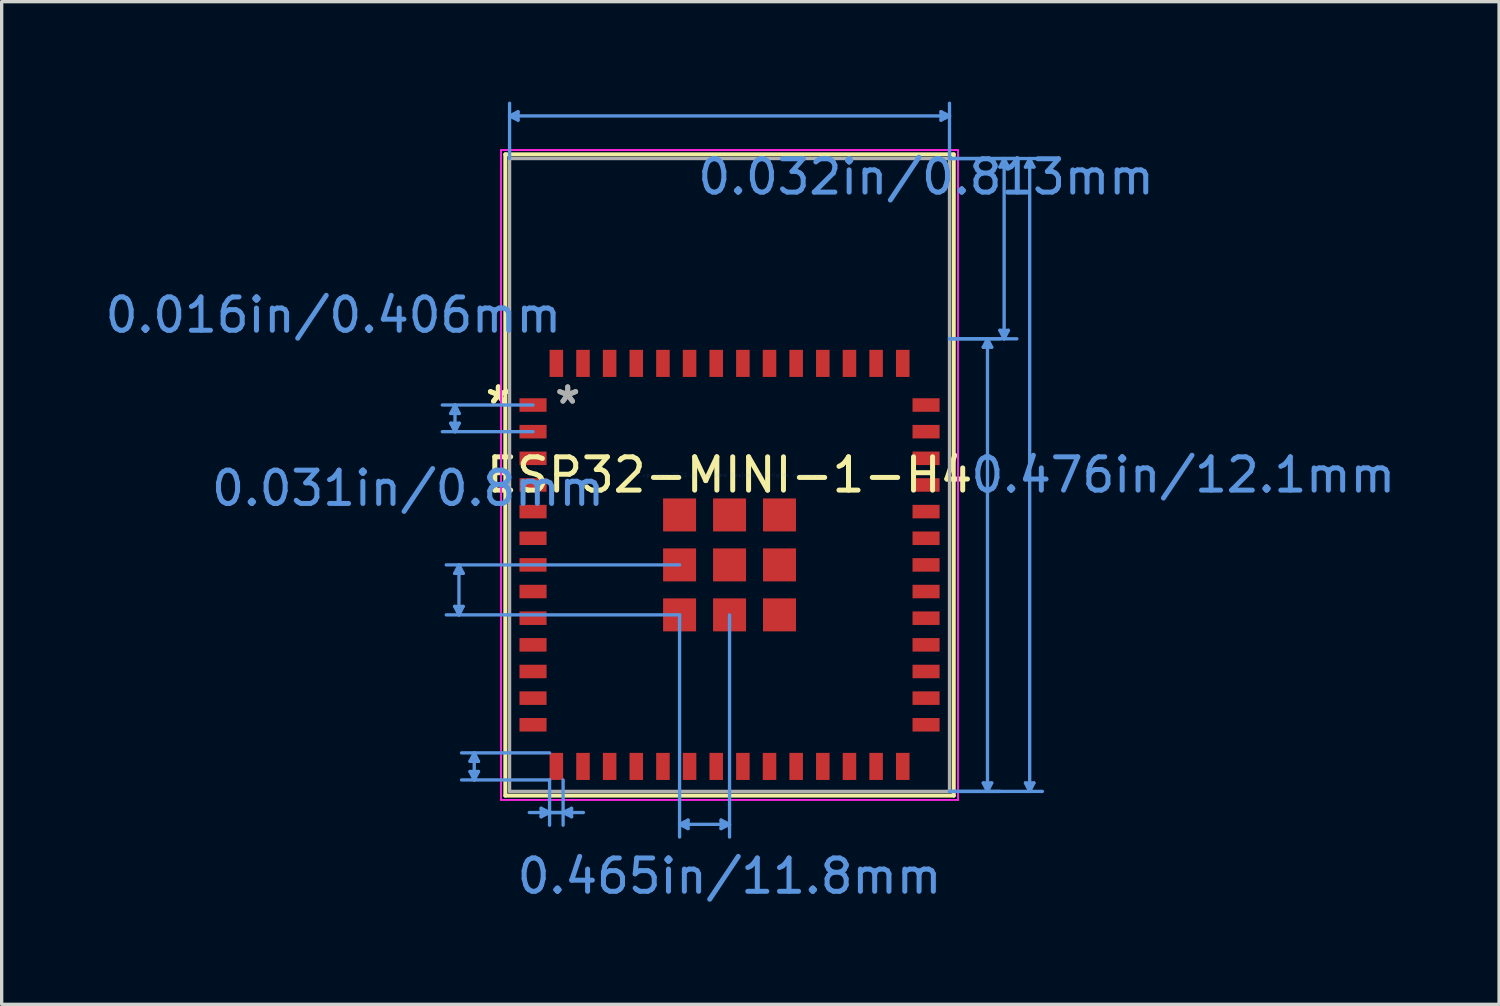
<source format=kicad_pcb>
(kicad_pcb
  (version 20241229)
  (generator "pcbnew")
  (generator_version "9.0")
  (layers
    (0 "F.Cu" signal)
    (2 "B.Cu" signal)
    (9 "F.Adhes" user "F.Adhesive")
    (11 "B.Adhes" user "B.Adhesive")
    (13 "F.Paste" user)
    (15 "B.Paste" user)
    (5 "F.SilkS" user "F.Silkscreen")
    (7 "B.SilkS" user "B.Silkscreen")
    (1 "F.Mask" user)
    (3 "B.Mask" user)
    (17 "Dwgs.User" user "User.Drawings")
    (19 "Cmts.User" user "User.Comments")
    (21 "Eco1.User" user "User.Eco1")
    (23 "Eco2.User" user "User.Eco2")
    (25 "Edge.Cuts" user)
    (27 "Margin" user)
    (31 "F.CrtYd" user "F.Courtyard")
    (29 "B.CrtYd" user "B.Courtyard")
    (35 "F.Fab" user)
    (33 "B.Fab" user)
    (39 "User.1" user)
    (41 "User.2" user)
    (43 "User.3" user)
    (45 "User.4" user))
  (footprint "ESP32-MINI-1-H4"
    (layer "F.Cu")
    (at 18.853 11.21)
    (property "Reference" "ESP32-MINI-1-H4" (at 0 0 0) (layer "F.SilkS") (effects (font (size 1 1) (thickness 0.15))))
    (attr through_hole)
    (fp_line (start -6.731 -9.627) (end 6.731 -9.627) (stroke (width 0.12) (type solid)) (layer "F.SilkS"))
    (fp_line (start -6.731 9.627) (end -6.731 -9.627) (stroke (width 0.12) (type solid)) (layer "F.SilkS"))
    (fp_line (start 6.731 -9.627) (end 6.731 9.627) (stroke (width 0.12) (type solid)) (layer "F.SilkS"))
    (fp_line (start 6.731 9.627) (end -6.731 9.627) (stroke (width 0.12) (type solid)) (layer "F.SilkS"))
    (fp_line (start -8.37 -1.554) (end -8.243 -1.3) (stroke (width 0.1) (type solid)) (layer "Cmts.User"))
    (fp_line (start -8.37 -1.846) (end -8.243 -2.1) (stroke (width 0.1) (type solid)) (layer "Cmts.User"))
    (fp_line (start -8.37 -1.846) (end -8.116 -1.846) (stroke (width 0.1) (type solid)) (layer "Cmts.User"))
    (fp_line (start -8.251 3.946) (end -8.124 4.2) (stroke (width 0.1) (type solid)) (layer "Cmts.User"))
    (fp_line (start -8.251 2.954) (end -8.124 2.7) (stroke (width 0.1) (type solid)) (layer "Cmts.User"))
    (fp_line (start -8.251 2.954) (end -7.997 2.954) (stroke (width 0.1) (type solid)) (layer "Cmts.User"))
    (fp_line (start -8.243 -2.1) (end -8.243 -1.3) (stroke (width 0.1) (type solid)) (layer "Cmts.User"))
    (fp_line (start -8.124 2.7) (end -8.124 4.2) (stroke (width 0.1) (type solid)) (layer "Cmts.User"))
    (fp_line (start -8.116 -1.554) (end -8.37 -1.554) (stroke (width 0.1) (type solid)) (layer "Cmts.User"))
    (fp_line (start -8.116 -1.554) (end -8.243 -1.3) (stroke (width 0.1) (type solid)) (layer "Cmts.User"))
    (fp_line (start -8.116 -1.846) (end -8.243 -2.1) (stroke (width 0.1) (type solid)) (layer "Cmts.User"))
    (fp_line (start -7.997 3.946) (end -8.251 3.946) (stroke (width 0.1) (type solid)) (layer "Cmts.User"))
    (fp_line (start -7.997 3.946) (end -8.124 4.2) (stroke (width 0.1) (type solid)) (layer "Cmts.User"))
    (fp_line (start -7.997 2.954) (end -8.124 2.7) (stroke (width 0.1) (type solid)) (layer "Cmts.User"))
    (fp_line (start -7.792 8.598) (end -7.665 8.344) (stroke (width 0.1) (type solid)) (layer "Cmts.User"))
    (fp_line (start -7.792 8.598) (end -7.538 8.598) (stroke (width 0.1) (type solid)) (layer "Cmts.User"))
    (fp_line (start -7.792 8.902) (end -7.665 9.156) (stroke (width 0.1) (type solid)) (layer "Cmts.User"))
    (fp_line (start -7.665 8.344) (end -7.665 9.156) (stroke (width 0.1) (type solid)) (layer "Cmts.User"))
    (fp_line (start -7.538 8.902) (end -7.792 8.902) (stroke (width 0.1) (type solid)) (layer "Cmts.User"))
    (fp_line (start -7.538 8.902) (end -7.665 9.156) (stroke (width 0.1) (type solid)) (layer "Cmts.User"))
    (fp_line (start -7.538 8.598) (end -7.665 8.344) (stroke (width 0.1) (type solid)) (layer "Cmts.User"))
    (fp_line (start -6.604 -10.779) (end 6.604 -10.779) (stroke (width 0.1) (type solid)) (layer "Cmts.User"))
    (fp_line (start -6.604 -9.5) (end -6.604 -11.16) (stroke (width 0.1) (type solid)) (layer "Cmts.User"))
    (fp_line (start -6.35 -10.906) (end -6.604 -10.779) (stroke (width 0.1) (type solid)) (layer "Cmts.User"))
    (fp_line (start -6.35 -10.652) (end -6.604 -10.779) (stroke (width 0.1) (type solid)) (layer "Cmts.User"))
    (fp_line (start -6.35 -10.652) (end -6.35 -10.906) (stroke (width 0.1) (type solid)) (layer "Cmts.User"))
    (fp_line (start -6.013 10.134) (end -4.997 10.134) (stroke (width 0.1) (type solid)) (layer "Cmts.User"))
    (fp_line (start -5.9 -2.1) (end -8.624 -2.1) (stroke (width 0.1) (type solid)) (layer "Cmts.User"))
    (fp_line (start -5.9 -1.3) (end -8.624 -1.3) (stroke (width 0.1) (type solid)) (layer "Cmts.User"))
    (fp_line (start -5.657 10.007) (end -5.657 10.261) (stroke (width 0.1) (type solid)) (layer "Cmts.User"))
    (fp_line (start -5.657 10.007) (end -5.403 10.134) (stroke (width 0.1) (type solid)) (layer "Cmts.User"))
    (fp_line (start -5.657 10.261) (end -5.403 10.134) (stroke (width 0.1) (type solid)) (layer "Cmts.User"))
    (fp_line (start -5.403 8.344) (end -8.046 8.344) (stroke (width 0.1) (type solid)) (layer "Cmts.User"))
    (fp_line (start -5.403 9.156) (end -8.046 9.156) (stroke (width 0.1) (type solid)) (layer "Cmts.User"))
    (fp_line (start -5.403 9.156) (end -5.403 10.515) (stroke (width 0.1) (type solid)) (layer "Cmts.User"))
    (fp_line (start -4.997 9.156) (end -4.997 10.515) (stroke (width 0.1) (type solid)) (layer "Cmts.User"))
    (fp_line (start -4.743 10.261) (end -4.997 10.134) (stroke (width 0.1) (type solid)) (layer "Cmts.User"))
    (fp_line (start -4.743 10.261) (end -4.743 10.007) (stroke (width 0.1) (type solid)) (layer "Cmts.User"))
    (fp_line (start -4.743 10.007) (end -4.997 10.134) (stroke (width 0.1) (type solid)) (layer "Cmts.User"))
    (fp_line (start -4.387 10.134) (end -5.403 10.134) (stroke (width 0.1) (type solid)) (layer "Cmts.User"))
    (fp_line (start -1.5 10.489) (end -0.000023 10.489) (stroke (width 0.1) (type solid)) (layer "Cmts.User"))
    (fp_line (start -1.5 2.7) (end -8.505 2.7) (stroke (width 0.1) (type solid)) (layer "Cmts.User"))
    (fp_line (start -1.5 4.2) (end -8.505 4.2) (stroke (width 0.1) (type solid)) (layer "Cmts.User"))
    (fp_line (start -1.5 4.2) (end -1.5 10.87) (stroke (width 0.1) (type solid)) (layer "Cmts.User"))
    (fp_line (start -1.246 10.616) (end -1.5 10.489) (stroke (width 0.1) (type solid)) (layer "Cmts.User"))
    (fp_line (start -1.246 10.616) (end -1.246 10.362) (stroke (width 0.1) (type solid)) (layer "Cmts.User"))
    (fp_line (start -1.246 10.362) (end -1.5 10.489) (stroke (width 0.1) (type solid)) (layer "Cmts.User"))
    (fp_line (start -0.254 10.616) (end -0.000023 10.489) (stroke (width 0.1) (type solid)) (layer "Cmts.User"))
    (fp_line (start -0.254 10.362) (end -0.254 10.616) (stroke (width 0.1) (type solid)) (layer "Cmts.User"))
    (fp_line (start -0.254 10.362) (end -0.000023 10.489) (stroke (width 0.1) (type solid)) (layer "Cmts.User"))
    (fp_line (start 0 4.2) (end -0.000025 10.87) (stroke (width 0.1) (type solid)) (layer "Cmts.User"))
    (fp_line (start 6.35 -10.652) (end 6.604 -10.779) (stroke (width 0.1) (type solid)) (layer "Cmts.User"))
    (fp_line (start 6.35 -10.906) (end 6.35 -10.652) (stroke (width 0.1) (type solid)) (layer "Cmts.User"))
    (fp_line (start 6.35 -10.906) (end 6.604 -10.779) (stroke (width 0.1) (type solid)) (layer "Cmts.User"))
    (fp_line (start 6.604 -9.5) (end 6.604 -11.16) (stroke (width 0.1) (type solid)) (layer "Cmts.User"))
    (fp_line (start 6.604 -9.5) (end 8.625 -9.5) (stroke (width 0.1) (type solid)) (layer "Cmts.User"))
    (fp_line (start 6.604 -9.5) (end 9.392 -9.5) (stroke (width 0.1) (type solid)) (layer "Cmts.User"))
    (fp_line (start 6.604 -4.089) (end 8.125 -4.089) (stroke (width 0.1) (type solid)) (layer "Cmts.User"))
    (fp_line (start 6.604 -4.089) (end 8.625 -4.089) (stroke (width 0.1) (type solid)) (layer "Cmts.User"))
    (fp_line (start 6.604 9.5) (end 8.125 9.5) (stroke (width 0.1) (type solid)) (layer "Cmts.User"))
    (fp_line (start 6.604 9.5) (end 9.392 9.5) (stroke (width 0.1) (type solid)) (layer "Cmts.User"))
    (fp_line (start 7.617 9.246) (end 7.744 9.5) (stroke (width 0.1) (type solid)) (layer "Cmts.User"))
    (fp_line (start 7.617 -3.835) (end 7.744 -4.089) (stroke (width 0.1) (type solid)) (layer "Cmts.User"))
    (fp_line (start 7.617 -3.835) (end 7.871 -3.835) (stroke (width 0.1) (type solid)) (layer "Cmts.User"))
    (fp_line (start 7.744 -4.089) (end 7.744 9.5) (stroke (width 0.1) (type solid)) (layer "Cmts.User"))
    (fp_line (start 7.871 9.246) (end 7.617 9.246) (stroke (width 0.1) (type solid)) (layer "Cmts.User"))
    (fp_line (start 7.871 9.246) (end 7.744 9.5) (stroke (width 0.1) (type solid)) (layer "Cmts.User"))
    (fp_line (start 7.871 -3.835) (end 7.744 -4.089) (stroke (width 0.1) (type solid)) (layer "Cmts.User"))
    (fp_line (start 8.117 -9.246) (end 8.244 -9.5) (stroke (width 0.1) (type solid)) (layer "Cmts.User"))
    (fp_line (start 8.117 -9.246) (end 8.371 -9.246) (stroke (width 0.1) (type solid)) (layer "Cmts.User"))
    (fp_line (start 8.117 -4.343) (end 8.244 -4.089) (stroke (width 0.1) (type solid)) (layer "Cmts.User"))
    (fp_line (start 8.244 -9.5) (end 8.244 -4.089) (stroke (width 0.1) (type solid)) (layer "Cmts.User"))
    (fp_line (start 8.371 -4.343) (end 8.117 -4.343) (stroke (width 0.1) (type solid)) (layer "Cmts.User"))
    (fp_line (start 8.371 -4.343) (end 8.244 -4.089) (stroke (width 0.1) (type solid)) (layer "Cmts.User"))
    (fp_line (start 8.371 -9.246) (end 8.244 -9.5) (stroke (width 0.1) (type solid)) (layer "Cmts.User"))
    (fp_line (start 8.884 9.246) (end 9.011 9.5) (stroke (width 0.1) (type solid)) (layer "Cmts.User"))
    (fp_line (start 8.884 -9.246) (end 9.011 -9.5) (stroke (width 0.1) (type solid)) (layer "Cmts.User"))
    (fp_line (start 8.884 -9.246) (end 9.138 -9.246) (stroke (width 0.1) (type solid)) (layer "Cmts.User"))
    (fp_line (start 9.011 -9.5) (end 9.011 9.5) (stroke (width 0.1) (type solid)) (layer "Cmts.User"))
    (fp_line (start 9.138 9.246) (end 8.884 9.246) (stroke (width 0.1) (type solid)) (layer "Cmts.User"))
    (fp_line (start 9.138 9.246) (end 9.011 9.5) (stroke (width 0.1) (type solid)) (layer "Cmts.User"))
    (fp_line (start 9.138 -9.246) (end 9.011 -9.5) (stroke (width 0.1) (type solid)) (layer "Cmts.User"))
    (fp_line (start -6.858 -9.754) (end -6.858 9.754) (stroke (width 0.05) (type solid)) (layer "F.CrtYd"))
    (fp_line (start -6.858 -9.754) (end -6.858 9.754) (stroke (width 0.05) (type solid)) (layer "F.CrtYd"))
    (fp_line (start -6.858 9.754) (end 6.858 9.754) (stroke (width 0.05) (type solid)) (layer "F.CrtYd"))
    (fp_line (start -6.858 9.754) (end 6.858 9.754) (stroke (width 0.05) (type solid)) (layer "F.CrtYd"))
    (fp_line (start 6.858 -9.754) (end -6.858 -9.754) (stroke (width 0.05) (type solid)) (layer "F.CrtYd"))
    (fp_line (start 6.858 -9.754) (end -6.858 -9.754) (stroke (width 0.05) (type solid)) (layer "F.CrtYd"))
    (fp_line (start 6.858 9.754) (end 6.858 -9.754) (stroke (width 0.05) (type solid)) (layer "F.CrtYd"))
    (fp_line (start 6.858 9.754) (end 6.858 -9.754) (stroke (width 0.05) (type solid)) (layer "F.CrtYd"))
    (fp_line (start -6.604 -9.5) (end -6.604 9.5) (stroke (width 0.1) (type solid)) (layer "F.Fab"))
    (fp_line (start -6.604 9.5) (end 6.604 9.5) (stroke (width 0.1) (type solid)) (layer "F.Fab"))
    (fp_line (start 6.604 -9.5) (end -6.604 -9.5) (stroke (width 0.1) (type solid)) (layer "F.Fab"))
    (fp_line (start 6.604 9.5) (end 6.604 -9.5) (stroke (width 0.1) (type solid)) (layer "F.Fab"))
    (fp_text user "*" (at -6.941 -2.1 0) (layer "F.SilkS") (effects (font (size 1 1) (thickness 0.15))))
    (fp_text user "*" (at -6.941 -2.1 0) (layer "F.SilkS") (effects (font (size 1 1) (thickness 0.15))))
    (fp_text user "Copyright 2021 Accelerated Designs. All rights reserved." (at 0 0 0) (layer "Cmts.User") (effects (font (size 0.127 0.127) (thickness 0.002))))
    (fp_text user "0.032in/0.813mm" (at 5.9 -8.948 0) (layer "Cmts.User") (effects (font (size 1 1) (thickness 0.15))))
    (fp_text user "0.016in/0.406mm" (at -11.894 -4.8 0) (layer "Cmts.User") (effects (font (size 1 1) (thickness 0.15))))
    (fp_text user "0.476in/12.1mm" (at 13.622 0 0) (layer "Cmts.User") (effects (font (size 1 1) (thickness 0.15))))
    (fp_text user "0.465in/11.8mm" (at 0 12.044 0) (layer "Cmts.User") (effects (font (size 1 1) (thickness 0.15))))
    (fp_text user "0.031in/0.8mm" (at -9.652 0.4 0) (layer "Cmts.User") (effects (font (size 1 1) (thickness 0.15))))
    (fp_text user "*" (at -4.859 -2.1 0) (layer "F.Fab") (effects (font (size 1 1) (thickness 0.15))))
    (fp_text user "*" (at -4.859 -2.1 0) (layer "F.Fab") (effects (font (size 1 1) (thickness 0.15))))
    (pad "1" smd rect (at -5.9 -2.1) (size 0.813 0.406) (layers "F.Cu" "F.Mask" "F.Paste"))
    (pad "2" smd rect (at -5.9 -1.3) (size 0.813 0.406) (layers "F.Cu" "F.Mask" "F.Paste"))
    (pad "3" smd rect (at -5.9 -0.5) (size 0.813 0.406) (layers "F.Cu" "F.Mask" "F.Paste"))
    (pad "4" smd rect (at -5.9 0.3) (size 0.813 0.406) (layers "F.Cu" "F.Mask" "F.Paste"))
    (pad "5" smd rect (at -5.9 1.1) (size 0.813 0.406) (layers "F.Cu" "F.Mask" "F.Paste"))
    (pad "6" smd rect (at -5.9 1.9) (size 0.813 0.406) (layers "F.Cu" "F.Mask" "F.Paste"))
    (pad "7" smd rect (at -5.9 2.7) (size 0.813 0.406) (layers "F.Cu" "F.Mask" "F.Paste"))
    (pad "8" smd rect (at -5.9 3.5) (size 0.813 0.406) (layers "F.Cu" "F.Mask" "F.Paste"))
    (pad "9" smd rect (at -5.9 4.3) (size 0.813 0.406) (layers "F.Cu" "F.Mask" "F.Paste"))
    (pad "10" smd rect (at -5.9 5.1) (size 0.813 0.406) (layers "F.Cu" "F.Mask" "F.Paste"))
    (pad "11" smd rect (at -5.9 5.9) (size 0.813 0.406) (layers "F.Cu" "F.Mask" "F.Paste"))
    (pad "12" smd rect (at -5.9 6.7) (size 0.813 0.406) (layers "F.Cu" "F.Mask" "F.Paste"))
    (pad "13" smd rect (at -5.9 7.5) (size 0.813 0.406) (layers "F.Cu" "F.Mask" "F.Paste"))
    (pad "14" smd rect (at -5.2 8.75 90) (size 0.813 0.406) (layers "F.Cu" "F.Mask" "F.Paste"))
    (pad "15" smd rect (at -4.4 8.75 90) (size 0.813 0.406) (layers "F.Cu" "F.Mask" "F.Paste"))
    (pad "16" smd rect (at -3.6 8.75 90) (size 0.813 0.406) (layers "F.Cu" "F.Mask" "F.Paste"))
    (pad "17" smd rect (at -2.8 8.75 90) (size 0.813 0.406) (layers "F.Cu" "F.Mask" "F.Paste"))
    (pad "18" smd rect (at -2 8.75 90) (size 0.813 0.406) (layers "F.Cu" "F.Mask" "F.Paste"))
    (pad "19" smd rect (at -1.2 8.75 90) (size 0.813 0.406) (layers "F.Cu" "F.Mask" "F.Paste"))
    (pad "20" smd rect (at -0.4 8.75 90) (size 0.813 0.406) (layers "F.Cu" "F.Mask" "F.Paste"))
    (pad "21" smd rect (at 0.4 8.75 90) (size 0.813 0.406) (layers "F.Cu" "F.Mask" "F.Paste"))
    (pad "22" smd rect (at 1.2 8.75 90) (size 0.813 0.406) (layers "F.Cu" "F.Mask" "F.Paste"))
    (pad "23" smd rect (at 2 8.75 90) (size 0.813 0.406) (layers "F.Cu" "F.Mask" "F.Paste"))
    (pad "24" smd rect (at 2.8 8.75 90) (size 0.813 0.406) (layers "F.Cu" "F.Mask" "F.Paste"))
    (pad "25" smd rect (at 3.6 8.75 90) (size 0.813 0.406) (layers "F.Cu" "F.Mask" "F.Paste"))
    (pad "26" smd rect (at 4.4 8.75 90) (size 0.813 0.406) (layers "F.Cu" "F.Mask" "F.Paste"))
    (pad "27" smd rect (at 5.2 8.75 90) (size 0.813 0.406) (layers "F.Cu" "F.Mask" "F.Paste"))
    (pad "28" smd rect (at 5.9 7.5) (size 0.813 0.406) (layers "F.Cu" "F.Mask" "F.Paste"))
    (pad "29" smd rect (at 5.9 6.7) (size 0.813 0.406) (layers "F.Cu" "F.Mask" "F.Paste"))
    (pad "30" smd rect (at 5.9 5.9) (size 0.813 0.406) (layers "F.Cu" "F.Mask" "F.Paste"))
    (pad "31" smd rect (at 5.9 5.1) (size 0.813 0.406) (layers "F.Cu" "F.Mask" "F.Paste"))
    (pad "32" smd rect (at 5.9 4.3) (size 0.813 0.406) (layers "F.Cu" "F.Mask" "F.Paste"))
    (pad "33" smd rect (at 5.9 3.5) (size 0.813 0.406) (layers "F.Cu" "F.Mask" "F.Paste"))
    (pad "34" smd rect (at 5.9 2.7) (size 0.813 0.406) (layers "F.Cu" "F.Mask" "F.Paste"))
    (pad "35" smd rect (at 5.9 1.9) (size 0.813 0.406) (layers "F.Cu" "F.Mask" "F.Paste"))
    (pad "36" smd rect (at 5.9 1.1) (size 0.813 0.406) (layers "F.Cu" "F.Mask" "F.Paste"))
    (pad "37" smd rect (at 5.9 0.3) (size 0.813 0.406) (layers "F.Cu" "F.Mask" "F.Paste"))
    (pad "38" smd rect (at 5.9 -0.5) (size 0.813 0.406) (layers "F.Cu" "F.Mask" "F.Paste"))
    (pad "39" smd rect (at 5.9 -1.3) (size 0.813 0.406) (layers "F.Cu" "F.Mask" "F.Paste"))
    (pad "40" smd rect (at 5.9 -2.1) (size 0.813 0.406) (layers "F.Cu" "F.Mask" "F.Paste"))
    (pad "41" smd rect (at 5.2 -3.35 90) (size 0.813 0.406) (layers "F.Cu" "F.Mask" "F.Paste"))
    (pad "42" smd rect (at 4.4 -3.35 90) (size 0.813 0.406) (layers "F.Cu" "F.Mask" "F.Paste"))
    (pad "43" smd rect (at 3.6 -3.35 90) (size 0.813 0.406) (layers "F.Cu" "F.Mask" "F.Paste"))
    (pad "44" smd rect (at 2.8 -3.35 90) (size 0.813 0.406) (layers "F.Cu" "F.Mask" "F.Paste"))
    (pad "45" smd rect (at 2 -3.35 90) (size 0.813 0.406) (layers "F.Cu" "F.Mask" "F.Paste"))
    (pad "46" smd rect (at 1.2 -3.35 90) (size 0.813 0.406) (layers "F.Cu" "F.Mask" "F.Paste"))
    (pad "47" smd rect (at 0.4 -3.35 90) (size 0.813 0.406) (layers "F.Cu" "F.Mask" "F.Paste"))
    (pad "48" smd rect (at -0.4 -3.35 90) (size 0.813 0.406) (layers "F.Cu" "F.Mask" "F.Paste"))
    (pad "49" smd rect (at -1.2 -3.35 90) (size 0.813 0.406) (layers "F.Cu" "F.Mask" "F.Paste"))
    (pad "50" smd rect (at -2 -3.35 90) (size 0.813 0.406) (layers "F.Cu" "F.Mask" "F.Paste"))
    (pad "51" smd rect (at -2.8 -3.35 90) (size 0.813 0.406) (layers "F.Cu" "F.Mask" "F.Paste"))
    (pad "52" smd rect (at -3.6 -3.35 90) (size 0.813 0.406) (layers "F.Cu" "F.Mask" "F.Paste"))
    (pad "53" smd rect (at -4.4 -3.35 90) (size 0.813 0.406) (layers "F.Cu" "F.Mask" "F.Paste"))
    (pad "54" smd rect (at -5.2 -3.35 90) (size 0.813 0.406) (layers "F.Cu" "F.Mask" "F.Paste"))
    (pad "55" smd rect (at -1.5 1.2) (size 0.991 0.991) (layers "F.Cu" "F.Mask" "F.Paste"))
    (pad "56" smd rect (at 0 1.2) (size 0.991 0.991) (layers "F.Cu" "F.Mask" "F.Paste"))
    (pad "57" smd rect (at 1.5 1.2) (size 0.991 0.991) (layers "F.Cu" "F.Mask" "F.Paste"))
    (pad "58" smd rect (at -1.5 2.7) (size 0.991 0.991) (layers "F.Cu" "F.Mask" "F.Paste"))
    (pad "59" smd rect (at 0 2.7) (size 0.991 0.991) (layers "F.Cu" "F.Mask" "F.Paste"))
    (pad "60" smd rect (at 1.5 2.7) (size 0.991 0.991) (layers "F.Cu" "F.Mask" "F.Paste"))
    (pad "61" smd rect (at -1.5 4.2) (size 0.991 0.991) (layers "F.Cu" "F.Mask" "F.Paste"))
    (pad "62" smd rect (at 0 4.2) (size 0.991 0.991) (layers "F.Cu" "F.Mask" "F.Paste"))
    (pad "63" smd rect (at 1.5 4.2) (size 0.991 0.991) (layers "F.Cu" "F.Mask" "F.Paste")))
  (gr_rect
    (start -3 -3)
    (end 41.956 27.102)
    (stroke (width 0.1) (type default))
    (fill no)
    (layer "Edge.Cuts")))
</source>
